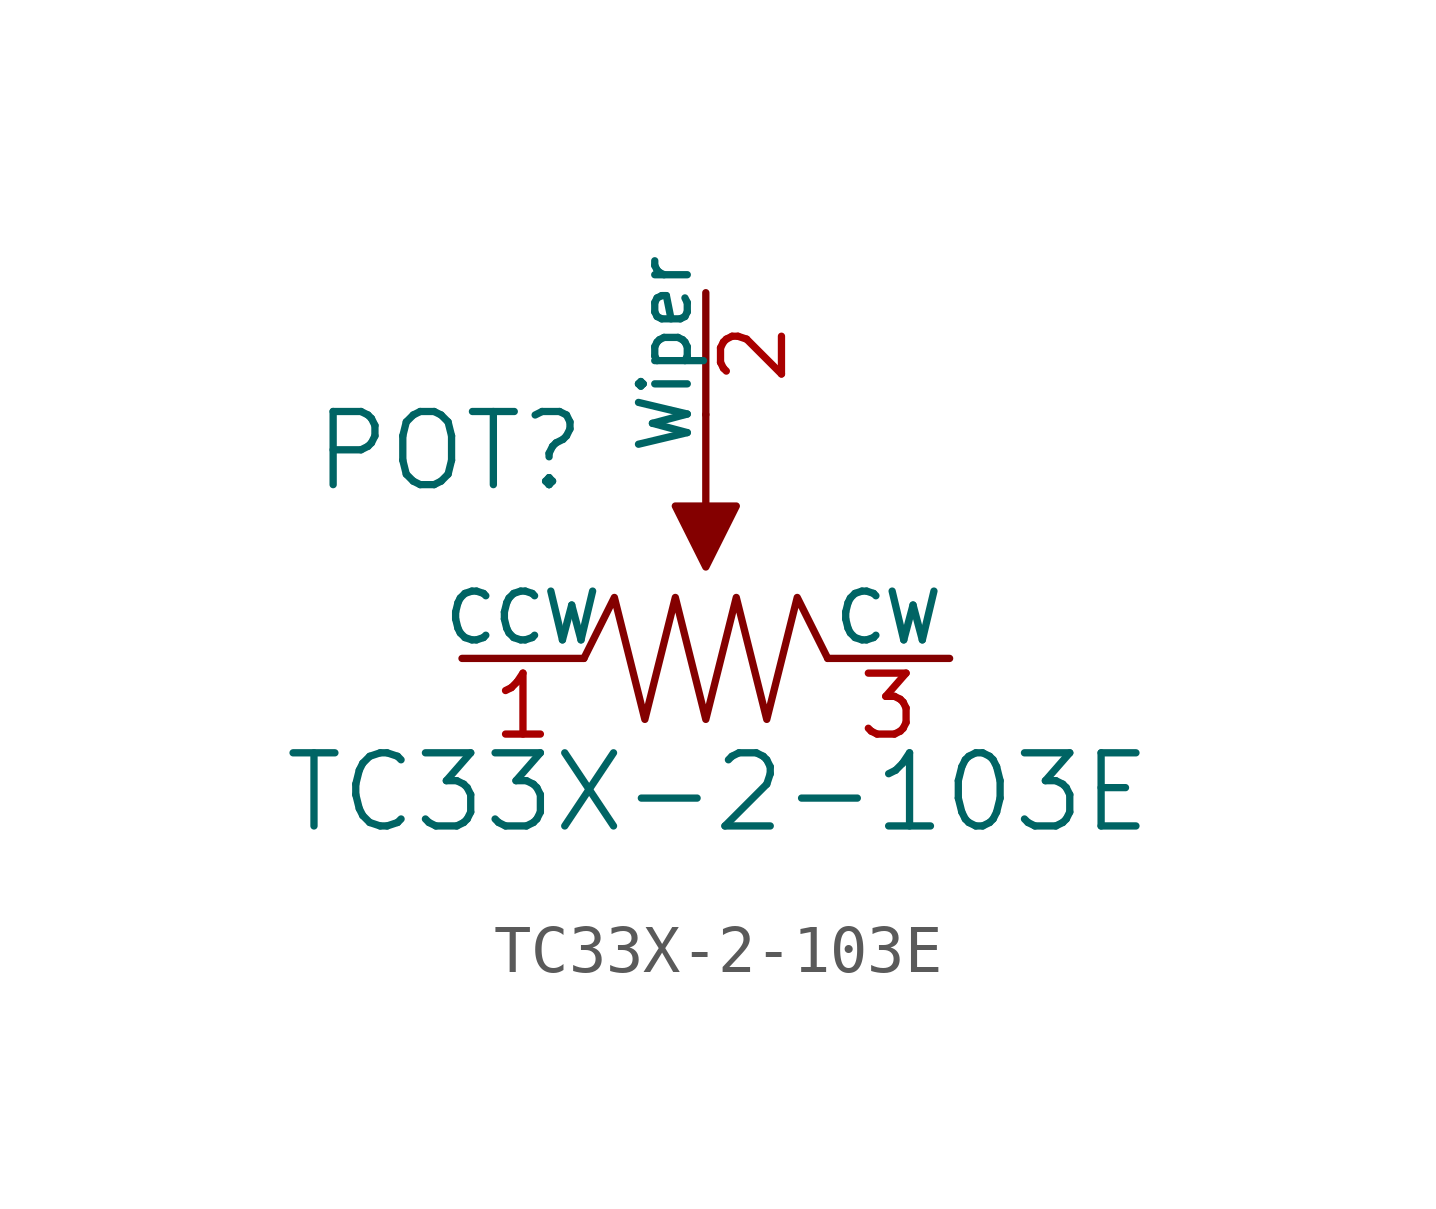
<source format=kicad_sym>
(kicad_symbol_lib
  (version 20201005)
  (generator kicad_symbol_editor)
  (symbol "TC33X-2-103E"
    (pin_names
      (offset 0))
    (property "Reference" "POT"
      (at -5.334 4.318 0)
      (effects (font (size 1.524 1.524))))
    (property "Value" "TC33X-2-103E"
      (at 0.254 -2.794 0)
      (effects (font (size 1.524 1.524))))
    (symbol "TC33X-2-103E_0_1"
      (polyline (pts (xy 0 5.08) (xy 0 3.175)) (stroke (width 0)) (fill (type none)))
      (polyline (pts (xy -0.635 3.175) (xy 0.635 3.175) (xy 0 1.905) (xy -0.635 3.175)) (stroke (width 0)) (fill (type outline)))
      (polyline (pts (xy -2.54 0) (xy -1.905 1.27) (xy -1.27 -1.27) (xy -0.635 1.27) (xy 0 -1.27) (xy 0.635 1.27) (xy 1.27 -1.27) (xy 1.905 1.27) (xy 2.54 0)) (stroke (width 0)) (fill (type none))))
    (symbol "TC33X-2-103E_1_1"
      (pin passive line (at -5.08 0 0) (length 2.54) (name "CCW" (effects (font (size 1.016 1.016)))) (number "1" (effects (font (size 1.27 1.27)))))
      (pin passive line (at 0 7.62 270) (length 2.54) (name "Wiper" (effects (font (size 1.016 1.016)))) (number "2" (effects (font (size 1.27 1.27)))))
      (pin passive line (at 5.08 0 180) (length 2.54) (name "CW" (effects (font (size 1.016 1.016)))) (number "3" (effects (font (size 1.27 1.27))))))))
</source>
